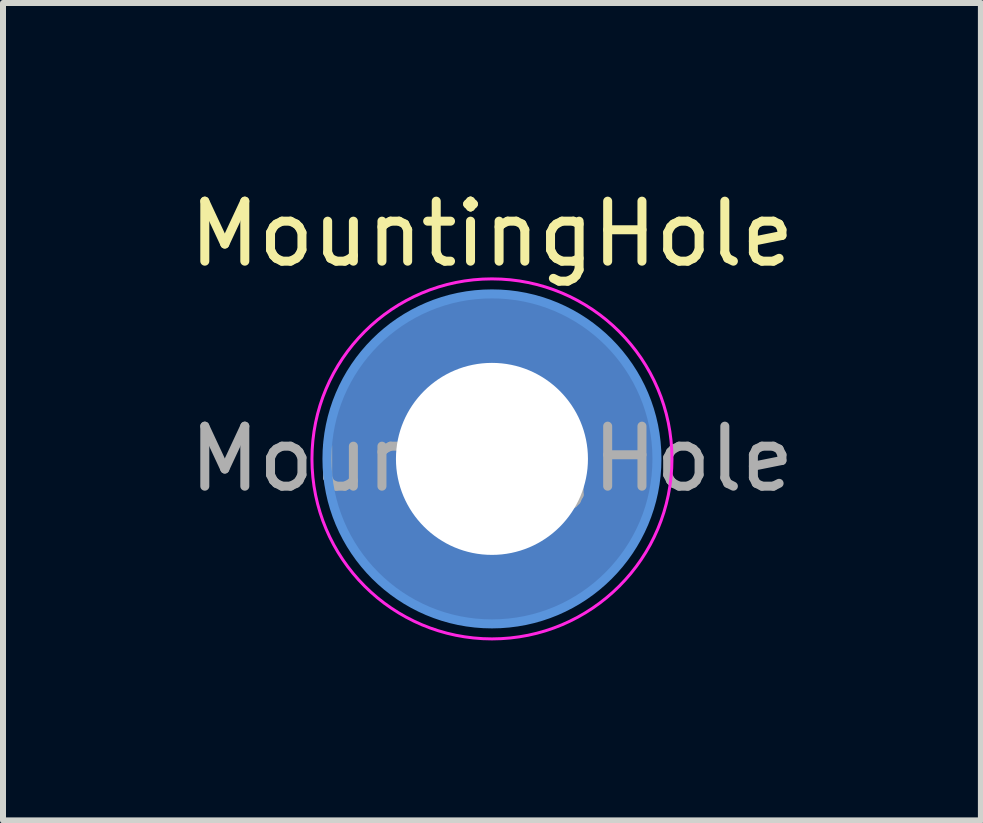
<source format=kicad_pcb>
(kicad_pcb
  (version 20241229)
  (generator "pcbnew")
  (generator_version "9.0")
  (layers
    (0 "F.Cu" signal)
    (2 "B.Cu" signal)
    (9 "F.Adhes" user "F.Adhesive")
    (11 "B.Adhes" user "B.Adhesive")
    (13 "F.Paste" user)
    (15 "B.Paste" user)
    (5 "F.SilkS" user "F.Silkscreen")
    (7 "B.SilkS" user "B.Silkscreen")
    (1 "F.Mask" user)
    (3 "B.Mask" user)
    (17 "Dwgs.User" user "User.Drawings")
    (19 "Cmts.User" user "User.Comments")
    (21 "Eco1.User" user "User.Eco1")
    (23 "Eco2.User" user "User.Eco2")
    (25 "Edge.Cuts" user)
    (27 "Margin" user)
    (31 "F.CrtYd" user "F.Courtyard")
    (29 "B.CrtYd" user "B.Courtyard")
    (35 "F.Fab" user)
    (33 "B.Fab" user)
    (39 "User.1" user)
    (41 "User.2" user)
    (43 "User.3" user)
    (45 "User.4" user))
  (footprint "MountingHole"
    (layer "F.Cu")
    (at 5.149 4.598)
    (property "Reference" "MountingHole" (at 0 -3.75 0) (layer "F.SilkS") (effects (font (size 1 1) (thickness 0.15))))
    (attr exclude_from_pos_files exclude_from_bom)
    (fp_circle (center 0 0) (end 2.75 0) (stroke (width 0.15) (type solid)) (fill no) (layer "Cmts.User"))
    (fp_circle (center 0 0) (end 3 0) (stroke (width 0.05) (type solid)) (fill no) (layer "F.CrtYd"))
    (fp_text user "${REFERENCE}" (at 0 0 0) (layer "F.Fab") (effects (font (size 1 1) (thickness 0.15))))
    (pad "1" thru_hole circle (at 0 0) (size 5.5 5.5) (drill 3.2) (layers "*.Cu" "*.Mask")))
  (gr_rect
    (start -3 -3)
    (end 13.298 10.623)
    (stroke (width 0.1) (type default))
    (fill no)
    (layer "Edge.Cuts")))
</source>
